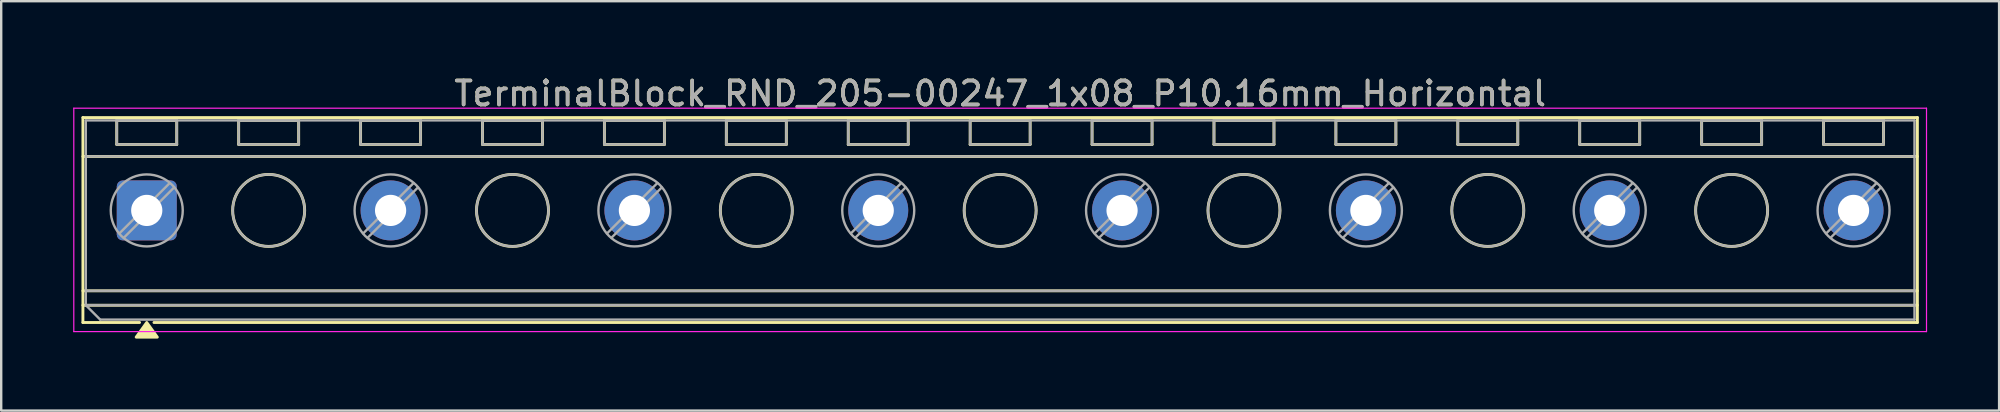
<source format=kicad_pcb>
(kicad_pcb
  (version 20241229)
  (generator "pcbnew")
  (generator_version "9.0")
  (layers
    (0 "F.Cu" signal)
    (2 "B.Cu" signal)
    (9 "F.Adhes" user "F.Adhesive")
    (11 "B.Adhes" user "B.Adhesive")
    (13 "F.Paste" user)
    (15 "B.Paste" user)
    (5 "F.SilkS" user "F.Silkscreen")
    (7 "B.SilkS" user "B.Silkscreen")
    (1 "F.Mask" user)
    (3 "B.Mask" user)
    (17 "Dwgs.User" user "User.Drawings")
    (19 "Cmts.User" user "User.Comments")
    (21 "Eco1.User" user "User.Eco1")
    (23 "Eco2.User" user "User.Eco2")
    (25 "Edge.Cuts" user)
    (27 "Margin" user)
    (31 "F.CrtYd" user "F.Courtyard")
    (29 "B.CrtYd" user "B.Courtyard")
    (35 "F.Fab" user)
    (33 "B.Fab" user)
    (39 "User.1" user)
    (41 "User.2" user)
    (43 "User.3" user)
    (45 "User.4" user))
  (footprint "TerminalBlock_RND_205-00247_1x08_P10.16mm_Horizontal"
    (layer "F.Cu")
    (at 3.065 5.718)
    (property "Reference" "TerminalBlock_RND_205-00247_1x08_P10.16mm_Horizontal" (at 35.56 -4.87 0) (layer "F.SilkS") (effects (font (size 1 1) (thickness 0.15))))
    (attr through_hole)
    (fp_line (start -2.66 -3.87) (end -2.66 4.67) (stroke (width 0.12) (type solid)) (layer "F.SilkS"))
    (fp_line (start -2.66 -3.87) (end 73.78 -3.87) (stroke (width 0.12) (type solid)) (layer "F.SilkS"))
    (fp_line (start -2.66 -2.25) (end 73.78 -2.25) (stroke (width 0.12) (type solid)) (layer "F.SilkS"))
    (fp_line (start -2.66 3.35) (end 73.78 3.35) (stroke (width 0.12) (type solid)) (layer "F.SilkS"))
    (fp_line (start -2.66 3.95) (end 73.78 3.95) (stroke (width 0.12) (type solid)) (layer "F.SilkS"))
    (fp_line (start -2.66 4.67) (end -0.3 4.67) (stroke (width 0.12) (type solid)) (layer "F.SilkS"))
    (fp_line (start -1.25 -3.75) (end -1.25 -2.75) (stroke (width 0.12) (type solid)) (layer "F.SilkS"))
    (fp_line (start -1.25 -3.75) (end 1.25 -3.75) (stroke (width 0.12) (type solid)) (layer "F.SilkS"))
    (fp_line (start -1.25 -2.75) (end 1.25 -2.75) (stroke (width 0.12) (type solid)) (layer "F.SilkS"))
    (fp_line (start 0.3 4.67) (end 73.78 4.67) (stroke (width 0.12) (type solid)) (layer "F.SilkS"))
    (fp_line (start 1.25 -3.75) (end 1.25 -2.75) (stroke (width 0.12) (type solid)) (layer "F.SilkS"))
    (fp_line (start 3.83 -3.75) (end 3.83 -2.75) (stroke (width 0.12) (type solid)) (layer "F.SilkS"))
    (fp_line (start 3.83 -3.75) (end 6.33 -3.75) (stroke (width 0.12) (type solid)) (layer "F.SilkS"))
    (fp_line (start 3.83 -2.75) (end 6.33 -2.75) (stroke (width 0.12) (type solid)) (layer "F.SilkS"))
    (fp_line (start 6.33 -3.75) (end 6.33 -2.75) (stroke (width 0.12) (type solid)) (layer "F.SilkS"))
    (fp_line (start 8.91 -3.75) (end 8.91 -2.75) (stroke (width 0.12) (type solid)) (layer "F.SilkS"))
    (fp_line (start 8.91 -3.75) (end 11.41 -3.75) (stroke (width 0.12) (type solid)) (layer "F.SilkS"))
    (fp_line (start 8.91 -2.75) (end 11.41 -2.75) (stroke (width 0.12) (type solid)) (layer "F.SilkS"))
    (fp_line (start 11.41 -3.75) (end 11.41 -2.75) (stroke (width 0.12) (type solid)) (layer "F.SilkS"))
    (fp_line (start 13.99 -3.75) (end 13.99 -2.75) (stroke (width 0.12) (type solid)) (layer "F.SilkS"))
    (fp_line (start 13.99 -3.75) (end 16.49 -3.75) (stroke (width 0.12) (type solid)) (layer "F.SilkS"))
    (fp_line (start 13.99 -2.75) (end 16.49 -2.75) (stroke (width 0.12) (type solid)) (layer "F.SilkS"))
    (fp_line (start 16.49 -3.75) (end 16.49 -2.75) (stroke (width 0.12) (type solid)) (layer "F.SilkS"))
    (fp_line (start 19.07 -3.75) (end 19.07 -2.75) (stroke (width 0.12) (type solid)) (layer "F.SilkS"))
    (fp_line (start 19.07 -3.75) (end 21.57 -3.75) (stroke (width 0.12) (type solid)) (layer "F.SilkS"))
    (fp_line (start 19.07 -2.75) (end 21.57 -2.75) (stroke (width 0.12) (type solid)) (layer "F.SilkS"))
    (fp_line (start 21.57 -3.75) (end 21.57 -2.75) (stroke (width 0.12) (type solid)) (layer "F.SilkS"))
    (fp_line (start 24.15 -3.75) (end 24.15 -2.75) (stroke (width 0.12) (type solid)) (layer "F.SilkS"))
    (fp_line (start 24.15 -3.75) (end 26.65 -3.75) (stroke (width 0.12) (type solid)) (layer "F.SilkS"))
    (fp_line (start 24.15 -2.75) (end 26.65 -2.75) (stroke (width 0.12) (type solid)) (layer "F.SilkS"))
    (fp_line (start 26.65 -3.75) (end 26.65 -2.75) (stroke (width 0.12) (type solid)) (layer "F.SilkS"))
    (fp_line (start 29.23 -3.75) (end 29.23 -2.75) (stroke (width 0.12) (type solid)) (layer "F.SilkS"))
    (fp_line (start 29.23 -3.75) (end 31.73 -3.75) (stroke (width 0.12) (type solid)) (layer "F.SilkS"))
    (fp_line (start 29.23 -2.75) (end 31.73 -2.75) (stroke (width 0.12) (type solid)) (layer "F.SilkS"))
    (fp_line (start 31.73 -3.75) (end 31.73 -2.75) (stroke (width 0.12) (type solid)) (layer "F.SilkS"))
    (fp_line (start 34.31 -3.75) (end 34.31 -2.75) (stroke (width 0.12) (type solid)) (layer "F.SilkS"))
    (fp_line (start 34.31 -3.75) (end 36.81 -3.75) (stroke (width 0.12) (type solid)) (layer "F.SilkS"))
    (fp_line (start 34.31 -2.75) (end 36.81 -2.75) (stroke (width 0.12) (type solid)) (layer "F.SilkS"))
    (fp_line (start 36.81 -3.75) (end 36.81 -2.75) (stroke (width 0.12) (type solid)) (layer "F.SilkS"))
    (fp_line (start 39.39 -3.75) (end 39.39 -2.75) (stroke (width 0.12) (type solid)) (layer "F.SilkS"))
    (fp_line (start 39.39 -3.75) (end 41.89 -3.75) (stroke (width 0.12) (type solid)) (layer "F.SilkS"))
    (fp_line (start 39.39 -2.75) (end 41.89 -2.75) (stroke (width 0.12) (type solid)) (layer "F.SilkS"))
    (fp_line (start 41.89 -3.75) (end 41.89 -2.75) (stroke (width 0.12) (type solid)) (layer "F.SilkS"))
    (fp_line (start 44.47 -3.75) (end 44.47 -2.75) (stroke (width 0.12) (type solid)) (layer "F.SilkS"))
    (fp_line (start 44.47 -3.75) (end 46.97 -3.75) (stroke (width 0.12) (type solid)) (layer "F.SilkS"))
    (fp_line (start 44.47 -2.75) (end 46.97 -2.75) (stroke (width 0.12) (type solid)) (layer "F.SilkS"))
    (fp_line (start 46.97 -3.75) (end 46.97 -2.75) (stroke (width 0.12) (type solid)) (layer "F.SilkS"))
    (fp_line (start 49.55 -3.75) (end 49.55 -2.75) (stroke (width 0.12) (type solid)) (layer "F.SilkS"))
    (fp_line (start 49.55 -3.75) (end 52.05 -3.75) (stroke (width 0.12) (type solid)) (layer "F.SilkS"))
    (fp_line (start 49.55 -2.75) (end 52.05 -2.75) (stroke (width 0.12) (type solid)) (layer "F.SilkS"))
    (fp_line (start 52.05 -3.75) (end 52.05 -2.75) (stroke (width 0.12) (type solid)) (layer "F.SilkS"))
    (fp_line (start 54.63 -3.75) (end 54.63 -2.75) (stroke (width 0.12) (type solid)) (layer "F.SilkS"))
    (fp_line (start 54.63 -3.75) (end 57.13 -3.75) (stroke (width 0.12) (type solid)) (layer "F.SilkS"))
    (fp_line (start 54.63 -2.75) (end 57.13 -2.75) (stroke (width 0.12) (type solid)) (layer "F.SilkS"))
    (fp_line (start 57.13 -3.75) (end 57.13 -2.75) (stroke (width 0.12) (type solid)) (layer "F.SilkS"))
    (fp_line (start 59.71 -3.75) (end 59.71 -2.75) (stroke (width 0.12) (type solid)) (layer "F.SilkS"))
    (fp_line (start 59.71 -3.75) (end 62.21 -3.75) (stroke (width 0.12) (type solid)) (layer "F.SilkS"))
    (fp_line (start 59.71 -2.75) (end 62.21 -2.75) (stroke (width 0.12) (type solid)) (layer "F.SilkS"))
    (fp_line (start 62.21 -3.75) (end 62.21 -2.75) (stroke (width 0.12) (type solid)) (layer "F.SilkS"))
    (fp_line (start 64.79 -3.75) (end 64.79 -2.75) (stroke (width 0.12) (type solid)) (layer "F.SilkS"))
    (fp_line (start 64.79 -3.75) (end 67.29 -3.75) (stroke (width 0.12) (type solid)) (layer "F.SilkS"))
    (fp_line (start 64.79 -2.75) (end 67.29 -2.75) (stroke (width 0.12) (type solid)) (layer "F.SilkS"))
    (fp_line (start 67.29 -3.75) (end 67.29 -2.75) (stroke (width 0.12) (type solid)) (layer "F.SilkS"))
    (fp_line (start 69.87 -3.75) (end 69.87 -2.75) (stroke (width 0.12) (type solid)) (layer "F.SilkS"))
    (fp_line (start 69.87 -3.75) (end 72.37 -3.75) (stroke (width 0.12) (type solid)) (layer "F.SilkS"))
    (fp_line (start 69.87 -2.75) (end 72.37 -2.75) (stroke (width 0.12) (type solid)) (layer "F.SilkS"))
    (fp_line (start 72.37 -3.75) (end 72.37 -2.75) (stroke (width 0.12) (type solid)) (layer "F.SilkS"))
    (fp_line (start 73.78 -3.87) (end 73.78 4.67) (stroke (width 0.12) (type solid)) (layer "F.SilkS"))
    (fp_circle (center 5.08 0) (end 6.58 0) (stroke (width 0.12) (type solid)) (fill no) (layer "F.SilkS"))
    (fp_circle (center 15.24 0) (end 16.74 0) (stroke (width 0.12) (type solid)) (fill no) (layer "F.SilkS"))
    (fp_circle (center 25.4 0) (end 26.9 0) (stroke (width 0.12) (type solid)) (fill no) (layer "F.SilkS"))
    (fp_circle (center 35.56 0) (end 37.06 0) (stroke (width 0.12) (type solid)) (fill no) (layer "F.SilkS"))
    (fp_circle (center 45.72 0) (end 47.22 0) (stroke (width 0.12) (type solid)) (fill no) (layer "F.SilkS"))
    (fp_circle (center 55.88 0) (end 57.38 0) (stroke (width 0.12) (type solid)) (fill no) (layer "F.SilkS"))
    (fp_circle (center 66.04 0) (end 67.54 0) (stroke (width 0.12) (type solid)) (fill no) (layer "F.SilkS"))
    (fp_poly (pts (xy 0 4.67) (xy 0.44 5.28) (xy -0.44 5.28)) (stroke (width 0.12) (type solid)) (fill yes) (layer "F.SilkS"))
    (fp_line (start -3.04 -4.26) (end -3.04 5.05) (stroke (width 0.05) (type solid)) (layer "F.CrtYd"))
    (fp_line (start -3.04 5.05) (end 74.16 5.05) (stroke (width 0.05) (type solid)) (layer "F.CrtYd"))
    (fp_line (start 74.16 -4.26) (end -3.04 -4.26) (stroke (width 0.05) (type solid)) (layer "F.CrtYd"))
    (fp_line (start 74.16 5.05) (end 74.16 -4.26) (stroke (width 0.05) (type solid)) (layer "F.CrtYd"))
    (fp_line (start -2.54 -3.75) (end 73.66 -3.75) (stroke (width 0.1) (type solid)) (layer "F.Fab"))
    (fp_line (start -2.54 -2.25) (end 73.66 -2.25) (stroke (width 0.1) (type solid)) (layer "F.Fab"))
    (fp_line (start -2.54 3.35) (end 73.66 3.35) (stroke (width 0.1) (type solid)) (layer "F.Fab"))
    (fp_line (start -2.54 3.95) (end -2.54 -3.75) (stroke (width 0.1) (type solid)) (layer "F.Fab"))
    (fp_line (start -2.54 3.95) (end 73.66 3.95) (stroke (width 0.1) (type solid)) (layer "F.Fab"))
    (fp_line (start -1.94 4.55) (end -2.54 3.95) (stroke (width 0.1) (type solid)) (layer "F.Fab"))
    (fp_line (start -1.25 -3.75) (end -1.25 -2.75) (stroke (width 0.1) (type solid)) (layer "F.Fab"))
    (fp_line (start -1.25 -2.75) (end 1.25 -2.75) (stroke (width 0.1) (type solid)) (layer "F.Fab"))
    (fp_line (start 0.955 -1.138) (end -1.138 0.955) (stroke (width 0.1) (type solid)) (layer "F.Fab"))
    (fp_line (start 1.138 -0.955) (end -0.955 1.138) (stroke (width 0.1) (type solid)) (layer "F.Fab"))
    (fp_line (start 1.25 -3.75) (end -1.25 -3.75) (stroke (width 0.1) (type solid)) (layer "F.Fab"))
    (fp_line (start 1.25 -2.75) (end 1.25 -3.75) (stroke (width 0.1) (type solid)) (layer "F.Fab"))
    (fp_line (start 3.83 -3.75) (end 3.83 -2.75) (stroke (width 0.1) (type solid)) (layer "F.Fab"))
    (fp_line (start 3.83 -2.75) (end 6.33 -2.75) (stroke (width 0.1) (type solid)) (layer "F.Fab"))
    (fp_line (start 6.33 -3.75) (end 3.83 -3.75) (stroke (width 0.1) (type solid)) (layer "F.Fab"))
    (fp_line (start 6.33 -2.75) (end 6.33 -3.75) (stroke (width 0.1) (type solid)) (layer "F.Fab"))
    (fp_line (start 8.91 -3.75) (end 8.91 -2.75) (stroke (width 0.1) (type solid)) (layer "F.Fab"))
    (fp_line (start 8.91 -2.75) (end 11.41 -2.75) (stroke (width 0.1) (type solid)) (layer "F.Fab"))
    (fp_line (start 11.115 -1.138) (end 9.022 0.955) (stroke (width 0.1) (type solid)) (layer "F.Fab"))
    (fp_line (start 11.298 -0.955) (end 9.205 1.138) (stroke (width 0.1) (type solid)) (layer "F.Fab"))
    (fp_line (start 11.41 -3.75) (end 8.91 -3.75) (stroke (width 0.1) (type solid)) (layer "F.Fab"))
    (fp_line (start 11.41 -2.75) (end 11.41 -3.75) (stroke (width 0.1) (type solid)) (layer "F.Fab"))
    (fp_line (start 13.99 -3.75) (end 13.99 -2.75) (stroke (width 0.1) (type solid)) (layer "F.Fab"))
    (fp_line (start 13.99 -2.75) (end 16.49 -2.75) (stroke (width 0.1) (type solid)) (layer "F.Fab"))
    (fp_line (start 16.49 -3.75) (end 13.99 -3.75) (stroke (width 0.1) (type solid)) (layer "F.Fab"))
    (fp_line (start 16.49 -2.75) (end 16.49 -3.75) (stroke (width 0.1) (type solid)) (layer "F.Fab"))
    (fp_line (start 19.07 -3.75) (end 19.07 -2.75) (stroke (width 0.1) (type solid)) (layer "F.Fab"))
    (fp_line (start 19.07 -2.75) (end 21.57 -2.75) (stroke (width 0.1) (type solid)) (layer "F.Fab"))
    (fp_line (start 21.275 -1.138) (end 19.182 0.955) (stroke (width 0.1) (type solid)) (layer "F.Fab"))
    (fp_line (start 21.458 -0.955) (end 19.365 1.138) (stroke (width 0.1) (type solid)) (layer "F.Fab"))
    (fp_line (start 21.57 -3.75) (end 19.07 -3.75) (stroke (width 0.1) (type solid)) (layer "F.Fab"))
    (fp_line (start 21.57 -2.75) (end 21.57 -3.75) (stroke (width 0.1) (type solid)) (layer "F.Fab"))
    (fp_line (start 24.15 -3.75) (end 24.15 -2.75) (stroke (width 0.1) (type solid)) (layer "F.Fab"))
    (fp_line (start 24.15 -2.75) (end 26.65 -2.75) (stroke (width 0.1) (type solid)) (layer "F.Fab"))
    (fp_line (start 26.65 -3.75) (end 24.15 -3.75) (stroke (width 0.1) (type solid)) (layer "F.Fab"))
    (fp_line (start 26.65 -2.75) (end 26.65 -3.75) (stroke (width 0.1) (type solid)) (layer "F.Fab"))
    (fp_line (start 29.23 -3.75) (end 29.23 -2.75) (stroke (width 0.1) (type solid)) (layer "F.Fab"))
    (fp_line (start 29.23 -2.75) (end 31.73 -2.75) (stroke (width 0.1) (type solid)) (layer "F.Fab"))
    (fp_line (start 31.435 -1.138) (end 29.342 0.955) (stroke (width 0.1) (type solid)) (layer "F.Fab"))
    (fp_line (start 31.618 -0.955) (end 29.525 1.138) (stroke (width 0.1) (type solid)) (layer "F.Fab"))
    (fp_line (start 31.73 -3.75) (end 29.23 -3.75) (stroke (width 0.1) (type solid)) (layer "F.Fab"))
    (fp_line (start 31.73 -2.75) (end 31.73 -3.75) (stroke (width 0.1) (type solid)) (layer "F.Fab"))
    (fp_line (start 34.31 -3.75) (end 34.31 -2.75) (stroke (width 0.1) (type solid)) (layer "F.Fab"))
    (fp_line (start 34.31 -2.75) (end 36.81 -2.75) (stroke (width 0.1) (type solid)) (layer "F.Fab"))
    (fp_line (start 36.81 -3.75) (end 34.31 -3.75) (stroke (width 0.1) (type solid)) (layer "F.Fab"))
    (fp_line (start 36.81 -2.75) (end 36.81 -3.75) (stroke (width 0.1) (type solid)) (layer "F.Fab"))
    (fp_line (start 39.39 -3.75) (end 39.39 -2.75) (stroke (width 0.1) (type solid)) (layer "F.Fab"))
    (fp_line (start 39.39 -2.75) (end 41.89 -2.75) (stroke (width 0.1) (type solid)) (layer "F.Fab"))
    (fp_line (start 41.595 -1.138) (end 39.502 0.955) (stroke (width 0.1) (type solid)) (layer "F.Fab"))
    (fp_line (start 41.778 -0.955) (end 39.685 1.138) (stroke (width 0.1) (type solid)) (layer "F.Fab"))
    (fp_line (start 41.89 -3.75) (end 39.39 -3.75) (stroke (width 0.1) (type solid)) (layer "F.Fab"))
    (fp_line (start 41.89 -2.75) (end 41.89 -3.75) (stroke (width 0.1) (type solid)) (layer "F.Fab"))
    (fp_line (start 44.47 -3.75) (end 44.47 -2.75) (stroke (width 0.1) (type solid)) (layer "F.Fab"))
    (fp_line (start 44.47 -2.75) (end 46.97 -2.75) (stroke (width 0.1) (type solid)) (layer "F.Fab"))
    (fp_line (start 46.97 -3.75) (end 44.47 -3.75) (stroke (width 0.1) (type solid)) (layer "F.Fab"))
    (fp_line (start 46.97 -2.75) (end 46.97 -3.75) (stroke (width 0.1) (type solid)) (layer "F.Fab"))
    (fp_line (start 49.55 -3.75) (end 49.55 -2.75) (stroke (width 0.1) (type solid)) (layer "F.Fab"))
    (fp_line (start 49.55 -2.75) (end 52.05 -2.75) (stroke (width 0.1) (type solid)) (layer "F.Fab"))
    (fp_line (start 51.755 -1.138) (end 49.662 0.955) (stroke (width 0.1) (type solid)) (layer "F.Fab"))
    (fp_line (start 51.938 -0.955) (end 49.845 1.138) (stroke (width 0.1) (type solid)) (layer "F.Fab"))
    (fp_line (start 52.05 -3.75) (end 49.55 -3.75) (stroke (width 0.1) (type solid)) (layer "F.Fab"))
    (fp_line (start 52.05 -2.75) (end 52.05 -3.75) (stroke (width 0.1) (type solid)) (layer "F.Fab"))
    (fp_line (start 54.63 -3.75) (end 54.63 -2.75) (stroke (width 0.1) (type solid)) (layer "F.Fab"))
    (fp_line (start 54.63 -2.75) (end 57.13 -2.75) (stroke (width 0.1) (type solid)) (layer "F.Fab"))
    (fp_line (start 57.13 -3.75) (end 54.63 -3.75) (stroke (width 0.1) (type solid)) (layer "F.Fab"))
    (fp_line (start 57.13 -2.75) (end 57.13 -3.75) (stroke (width 0.1) (type solid)) (layer "F.Fab"))
    (fp_line (start 59.71 -3.75) (end 59.71 -2.75) (stroke (width 0.1) (type solid)) (layer "F.Fab"))
    (fp_line (start 59.71 -2.75) (end 62.21 -2.75) (stroke (width 0.1) (type solid)) (layer "F.Fab"))
    (fp_line (start 61.915 -1.138) (end 59.822 0.955) (stroke (width 0.1) (type solid)) (layer "F.Fab"))
    (fp_line (start 62.098 -0.955) (end 60.005 1.138) (stroke (width 0.1) (type solid)) (layer "F.Fab"))
    (fp_line (start 62.21 -3.75) (end 59.71 -3.75) (stroke (width 0.1) (type solid)) (layer "F.Fab"))
    (fp_line (start 62.21 -2.75) (end 62.21 -3.75) (stroke (width 0.1) (type solid)) (layer "F.Fab"))
    (fp_line (start 64.79 -3.75) (end 64.79 -2.75) (stroke (width 0.1) (type solid)) (layer "F.Fab"))
    (fp_line (start 64.79 -2.75) (end 67.29 -2.75) (stroke (width 0.1) (type solid)) (layer "F.Fab"))
    (fp_line (start 67.29 -3.75) (end 64.79 -3.75) (stroke (width 0.1) (type solid)) (layer "F.Fab"))
    (fp_line (start 67.29 -2.75) (end 67.29 -3.75) (stroke (width 0.1) (type solid)) (layer "F.Fab"))
    (fp_line (start 69.87 -3.75) (end 69.87 -2.75) (stroke (width 0.1) (type solid)) (layer "F.Fab"))
    (fp_line (start 69.87 -2.75) (end 72.37 -2.75) (stroke (width 0.1) (type solid)) (layer "F.Fab"))
    (fp_line (start 72.075 -1.138) (end 69.982 0.955) (stroke (width 0.1) (type solid)) (layer "F.Fab"))
    (fp_line (start 72.258 -0.955) (end 70.165 1.138) (stroke (width 0.1) (type solid)) (layer "F.Fab"))
    (fp_line (start 72.37 -3.75) (end 69.87 -3.75) (stroke (width 0.1) (type solid)) (layer "F.Fab"))
    (fp_line (start 72.37 -2.75) (end 72.37 -3.75) (stroke (width 0.1) (type solid)) (layer "F.Fab"))
    (fp_line (start 73.66 -3.75) (end 73.66 4.55) (stroke (width 0.1) (type solid)) (layer "F.Fab"))
    (fp_line (start 73.66 4.55) (end -1.94 4.55) (stroke (width 0.1) (type solid)) (layer "F.Fab"))
    (fp_circle (center 0 0) (end 1.5 0) (stroke (width 0.1) (type solid)) (fill no) (layer "F.Fab"))
    (fp_circle (center 5.08 0) (end 6.58 0) (stroke (width 0.1) (type solid)) (fill no) (layer "F.Fab"))
    (fp_circle (center 10.16 0) (end 11.66 0) (stroke (width 0.1) (type solid)) (fill no) (layer "F.Fab"))
    (fp_circle (center 15.24 0) (end 16.74 0) (stroke (width 0.1) (type solid)) (fill no) (layer "F.Fab"))
    (fp_circle (center 20.32 0) (end 21.82 0) (stroke (width 0.1) (type solid)) (fill no) (layer "F.Fab"))
    (fp_circle (center 25.4 0) (end 26.9 0) (stroke (width 0.1) (type solid)) (fill no) (layer "F.Fab"))
    (fp_circle (center 30.48 0) (end 31.98 0) (stroke (width 0.1) (type solid)) (fill no) (layer "F.Fab"))
    (fp_circle (center 35.56 0) (end 37.06 0) (stroke (width 0.1) (type solid)) (fill no) (layer "F.Fab"))
    (fp_circle (center 40.64 0) (end 42.14 0) (stroke (width 0.1) (type solid)) (fill no) (layer "F.Fab"))
    (fp_circle (center 45.72 0) (end 47.22 0) (stroke (width 0.1) (type solid)) (fill no) (layer "F.Fab"))
    (fp_circle (center 50.8 0) (end 52.3 0) (stroke (width 0.1) (type solid)) (fill no) (layer "F.Fab"))
    (fp_circle (center 55.88 0) (end 57.38 0) (stroke (width 0.1) (type solid)) (fill no) (layer "F.Fab"))
    (fp_circle (center 60.96 0) (end 62.46 0) (stroke (width 0.1) (type solid)) (fill no) (layer "F.Fab"))
    (fp_circle (center 66.04 0) (end 67.54 0) (stroke (width 0.1) (type solid)) (fill no) (layer "F.Fab"))
    (fp_circle (center 71.12 0) (end 72.62 0) (stroke (width 0.1) (type solid)) (fill no) (layer "F.Fab"))
    (fp_text user "${REFERENCE}" (at 35.56 -4.87 0) (layer "F.Fab") (effects (font (size 1 1) (thickness 0.15))))
    (pad "1" thru_hole roundrect (at 0 0) (size 2.5 2.5) (drill 1.3) (layers "*.Cu" "*.Mask") (roundrect_rratio 0.1))
    (pad "2" thru_hole circle (at 10.16 0) (size 2.5 2.5) (drill 1.3) (layers "*.Cu" "*.Mask"))
    (pad "3" thru_hole circle (at 20.32 0) (size 2.5 2.5) (drill 1.3) (layers "*.Cu" "*.Mask"))
    (pad "4" thru_hole circle (at 30.48 0) (size 2.5 2.5) (drill 1.3) (layers "*.Cu" "*.Mask"))
    (pad "5" thru_hole circle (at 40.64 0) (size 2.5 2.5) (drill 1.3) (layers "*.Cu" "*.Mask"))
    (pad "6" thru_hole circle (at 50.8 0) (size 2.5 2.5) (drill 1.3) (layers "*.Cu" "*.Mask"))
    (pad "7" thru_hole circle (at 60.96 0) (size 2.5 2.5) (drill 1.3) (layers "*.Cu" "*.Mask"))
    (pad "8" thru_hole circle (at 71.12 0) (size 2.5 2.5) (drill 1.3) (layers "*.Cu" "*.Mask")))
  (gr_rect
    (start -3 -3)
    (end 80.25 14.058)
    (stroke (width 0.1) (type default))
    (fill no)
    (layer "Edge.Cuts")))
</source>
